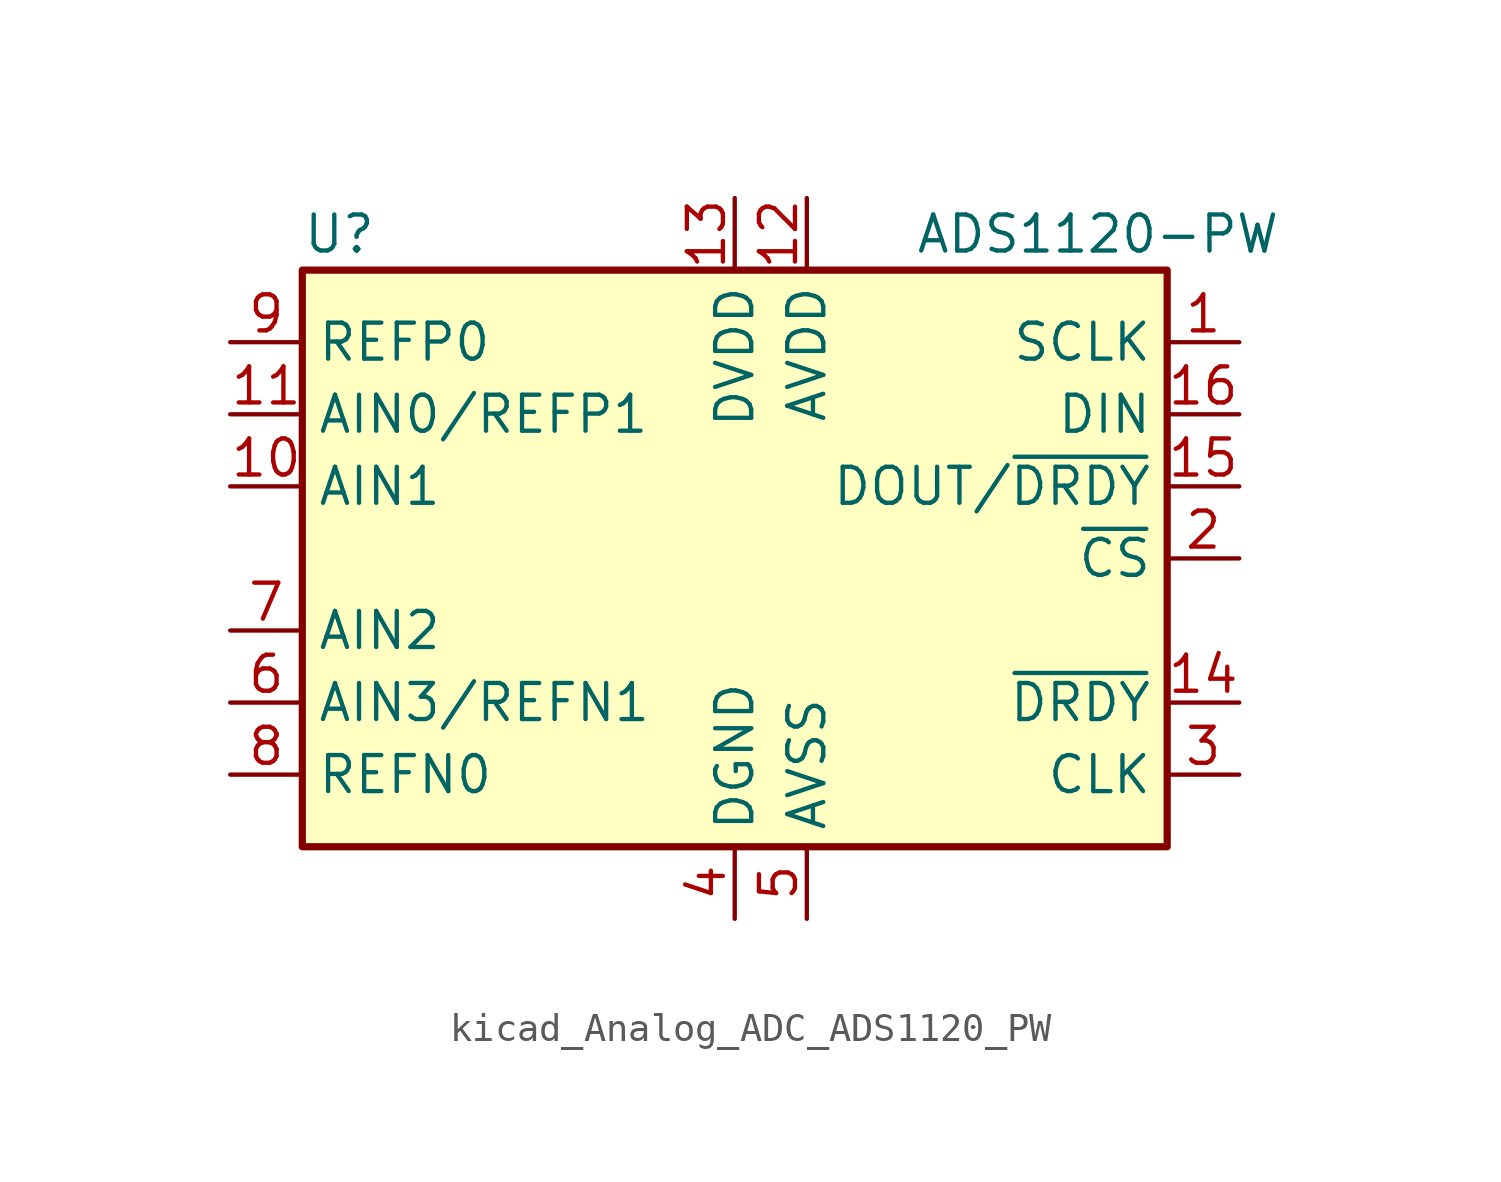
<source format=kicad_sym>
(kicad_symbol_lib
  (version 20220914)
  (generator kicad_symbol_editor)
  (symbol "kicad_Analog_ADC_ADS1120_PW"
    (property "Reference" "U"
      (at -15.24 11.43 0)
      (effects (font (size 1.27 1.27)) (justify left)))
    (property "Value" "ADS1120-PW"
      (at 6.35 11.43 0)
      (effects (font (size 1.27 1.27)) (justify left)))
    (symbol "kicad_Analog_ADC_ADS1120_PW_0_1"
      (rectangle (start -15.24 10.16) (end 15.24 -10.16) (stroke (width 0.254) (type default)) (fill (type background))))
    (symbol "kicad_Analog_ADC_ADS1120_PW_1_1"
      (pin input line (at 17.78 7.62 180) (length 2.54) (name "SCLK" (effects (font (size 1.27 1.27)))) (number "1" (effects (font (size 1.27 1.27)))))
      (pin input line (at -17.78 2.54 0) (length 2.54) (name "AIN1" (effects (font (size 1.27 1.27)))) (number "10" (effects (font (size 1.27 1.27)))))
      (pin input line (at -17.78 5.08 0) (length 2.54) (name "AIN0/REFP1" (effects (font (size 1.27 1.27)))) (number "11" (effects (font (size 1.27 1.27)))))
      (pin power_in line (at 2.54 12.7 270) (length 2.54) (name "AVDD" (effects (font (size 1.27 1.27)))) (number "12" (effects (font (size 1.27 1.27)))))
      (pin power_in line (at 0 12.7 270) (length 2.54) (name "DVDD" (effects (font (size 1.27 1.27)))) (number "13" (effects (font (size 1.27 1.27)))))
      (pin output line (at 17.78 -5.08 180) (length 2.54) (name "~{DRDY}" (effects (font (size 1.27 1.27)))) (number "14" (effects (font (size 1.27 1.27)))))
      (pin output line (at 17.78 2.54 180) (length 2.54) (name "DOUT/~{DRDY}" (effects (font (size 1.27 1.27)))) (number "15" (effects (font (size 1.27 1.27)))))
      (pin input line (at 17.78 5.08 180) (length 2.54) (name "DIN" (effects (font (size 1.27 1.27)))) (number "16" (effects (font (size 1.27 1.27)))))
      (pin input line (at 17.78 0 180) (length 2.54) (name "~{CS}" (effects (font (size 1.27 1.27)))) (number "2" (effects (font (size 1.27 1.27)))))
      (pin input line (at 17.78 -7.62 180) (length 2.54) (name "CLK" (effects (font (size 1.27 1.27)))) (number "3" (effects (font (size 1.27 1.27)))))
      (pin power_in line (at 0 -12.7 90) (length 2.54) (name "DGND" (effects (font (size 1.27 1.27)))) (number "4" (effects (font (size 1.27 1.27)))))
      (pin power_in line (at 2.54 -12.7 90) (length 2.54) (name "AVSS" (effects (font (size 1.27 1.27)))) (number "5" (effects (font (size 1.27 1.27)))))
      (pin input line (at -17.78 -5.08 0) (length 2.54) (name "AIN3/REFN1" (effects (font (size 1.27 1.27)))) (number "6" (effects (font (size 1.27 1.27)))))
      (pin input line (at -17.78 -2.54 0) (length 2.54) (name "AIN2" (effects (font (size 1.27 1.27)))) (number "7" (effects (font (size 1.27 1.27)))))
      (pin input line (at -17.78 -7.62 0) (length 2.54) (name "REFN0" (effects (font (size 1.27 1.27)))) (number "8" (effects (font (size 1.27 1.27)))))
      (pin input line (at -17.78 7.62 0) (length 2.54) (name "REFP0" (effects (font (size 1.27 1.27)))) (number "9" (effects (font (size 1.27 1.27))))))))
</source>
